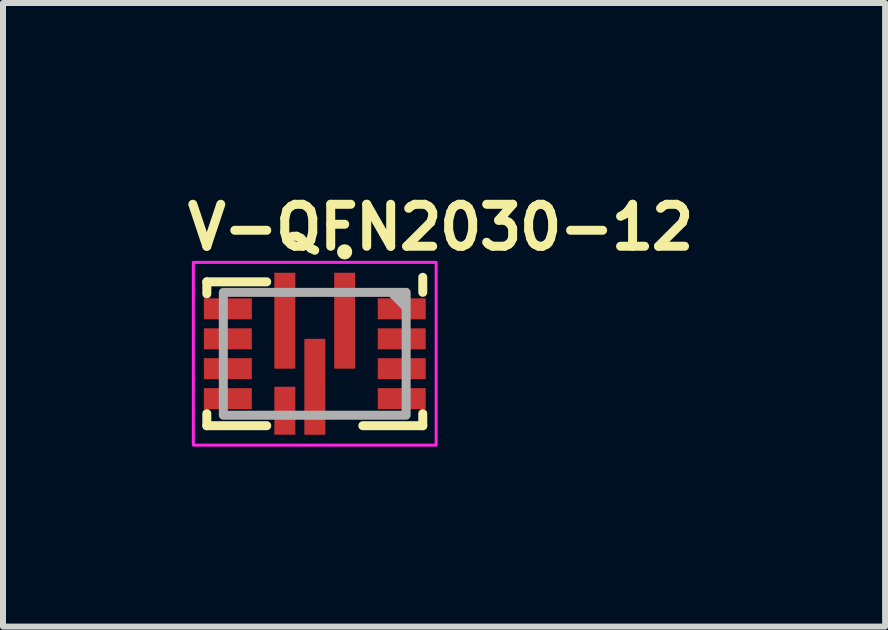
<source format=kicad_pcb>
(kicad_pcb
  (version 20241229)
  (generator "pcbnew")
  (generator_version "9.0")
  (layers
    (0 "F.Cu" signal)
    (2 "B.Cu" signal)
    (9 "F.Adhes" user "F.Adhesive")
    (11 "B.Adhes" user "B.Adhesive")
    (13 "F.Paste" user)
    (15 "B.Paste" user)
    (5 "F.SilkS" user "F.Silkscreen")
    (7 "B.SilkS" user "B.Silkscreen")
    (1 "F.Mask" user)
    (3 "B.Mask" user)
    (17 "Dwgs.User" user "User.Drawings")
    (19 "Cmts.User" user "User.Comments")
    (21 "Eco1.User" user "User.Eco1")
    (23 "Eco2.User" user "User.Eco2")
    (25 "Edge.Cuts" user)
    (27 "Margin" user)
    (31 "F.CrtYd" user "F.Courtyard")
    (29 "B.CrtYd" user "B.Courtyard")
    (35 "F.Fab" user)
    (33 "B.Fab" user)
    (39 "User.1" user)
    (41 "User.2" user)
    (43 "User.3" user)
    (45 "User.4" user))
  (footprint "V-QFN2030-12"
    (layer "F.Cu")
    (at 2.2 2.85)
    (property "Reference" "V-QFN2030-12" (at -2.2 -1.7 0) (layer "F.SilkS") (effects (font (size 0.7 0.7) (thickness 0.15)) (justify left bottom)))
    (attr smd)
    (fp_line (start -1.801 -1.2) (end -0.802 -1.2) (stroke (width 0.15) (type solid)) (layer "F.SilkS"))
    (fp_line (start -1.801 -1) (end -1.801 -1.2) (stroke (width 0.15) (type solid)) (layer "F.SilkS"))
    (fp_line (start -1.801 1.199) (end -1.801 0.998) (stroke (width 0.15) (type solid)) (layer "F.SilkS"))
    (fp_line (start -0.802 1.199) (end -1.801 1.199) (stroke (width 0.15) (type solid)) (layer "F.SilkS"))
    (fp_line (start 1.8 -1.276) (end 1.8 -1.025) (stroke (width 0.15) (type solid)) (layer "F.SilkS"))
    (fp_line (start 1.8 0.998) (end 1.8 1.199) (stroke (width 0.15) (type solid)) (layer "F.SilkS"))
    (fp_line (start 1.8 1.199) (end 0.8 1.199) (stroke (width 0.15) (type solid)) (layer "F.SilkS"))
    (fp_circle (center 0.497 -1.7) (end 0.548 -1.7) (stroke (width 0.15) (type solid)) (fill yes) (layer "F.SilkS"))
    (fp_rect (start -2.026 -1.525) (end 2.023 1.524) (stroke (width 0.05) (type solid)) (fill no) (layer "F.CrtYd"))
    (fp_line (start 1.3 -1) (end 1.5 -0.8) (stroke (width 0.15) (type solid)) (layer "F.Fab"))
    (fp_rect (start -1.526 -1.025) (end 1.523 1.024) (stroke (width 0.15) (type solid)) (fill no) (layer "F.Fab"))
    (fp_rect (start -1.526 -1.025) (end 1.523 1.024) (stroke (width 0.1) (type solid)) (fill no) (layer "User.5"))
    (fp_line (start -1.526 -1.025) (end -1.526 1.024) (stroke (width 0.02) (type solid)) (layer "User.9"))
    (fp_line (start -1.526 1.024) (end 1.523 1.024) (stroke (width 0.02) (type solid)) (layer "User.9"))
    (fp_line (start 1.523 -1.025) (end -1.526 -1.025) (stroke (width 0.02) (type solid)) (layer "User.9"))
    (fp_line (start 1.523 1.024) (end 1.523 -1.025) (stroke (width 0.02) (type solid)) (layer "User.9"))
    (pad "1" smd rect (at 0.498 -0.552 270) (size 1.6 0.35) (layers "F.Cu" "F.Mask" "F.Paste"))
    (pad "2" smd rect (at -0.5 -0.552 270) (size 1.6 0.35) (layers "F.Cu" "F.Mask" "F.Paste"))
    (pad "3" smd rect (at -1.45 -0.75 270) (size 0.35 0.8) (layers "F.Cu" "F.Mask" "F.Paste"))
    (pad "4" smd rect (at -1.45 -0.25 270) (size 0.35 0.8) (layers "F.Cu" "F.Mask" "F.Paste"))
    (pad "5" smd rect (at -1.45 0.248 270) (size 0.35 0.8) (layers "F.Cu" "F.Mask" "F.Paste"))
    (pad "6" smd rect (at -1.45 0.748 270) (size 0.35 0.8) (layers "F.Cu" "F.Mask" "F.Paste"))
    (pad "7" smd rect (at -0.5 0.949) (size 0.35 0.8) (layers "F.Cu" "F.Mask" "F.Paste"))
    (pad "8" smd rect (at 0 0.55 270) (size 1.6 0.35) (layers "F.Cu" "F.Mask" "F.Paste"))
    (pad "9" smd rect (at 1.449 0.748 90) (size 0.35 0.8) (layers "F.Cu" "F.Mask" "F.Paste"))
    (pad "10" smd rect (at 1.449 0.248 90) (size 0.35 0.8) (layers "F.Cu" "F.Mask" "F.Paste"))
    (pad "11" smd rect (at 1.449 -0.25 90) (size 0.35 0.8) (layers "F.Cu" "F.Mask" "F.Paste"))
    (pad "12" smd rect (at 1.449 -0.75 90) (size 0.35 0.8) (layers "F.Cu" "F.Mask" "F.Paste")))
  (gr_rect
    (start -3 -3)
    (end 11.71 7.399)
    (stroke (width 0.1) (type default))
    (fill no)
    (layer "Edge.Cuts")))
</source>
